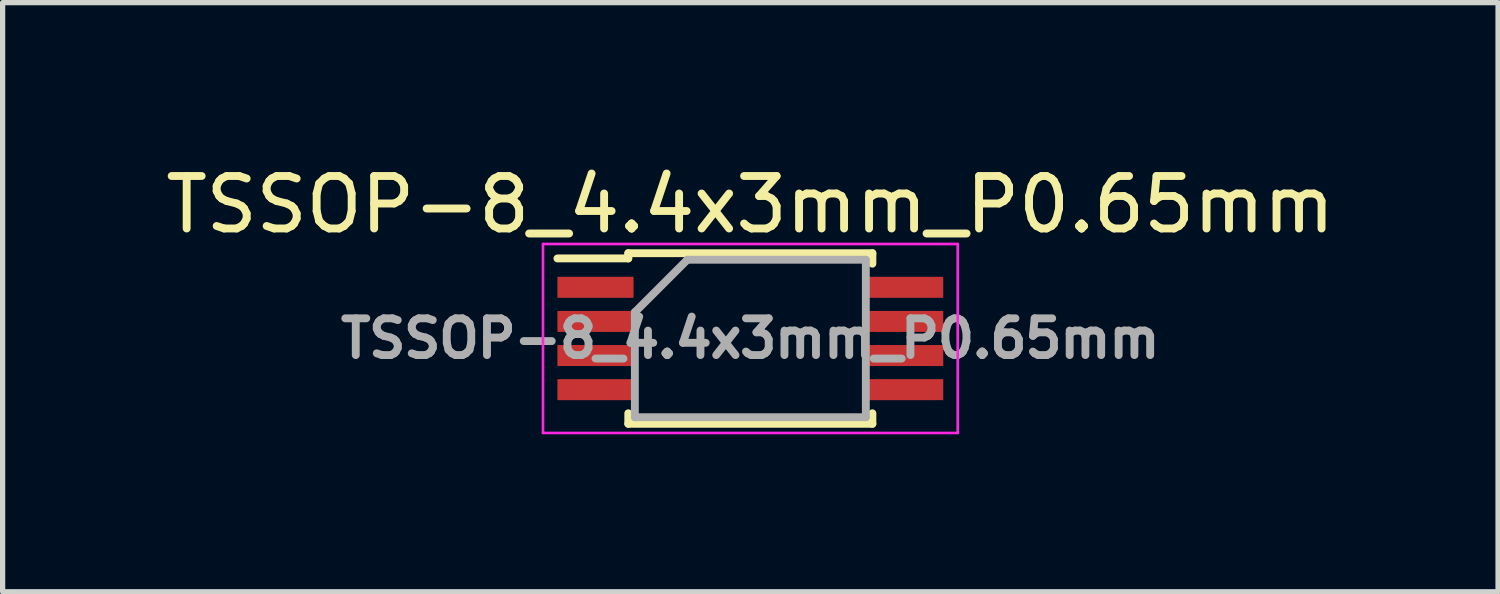
<source format=kicad_pcb>
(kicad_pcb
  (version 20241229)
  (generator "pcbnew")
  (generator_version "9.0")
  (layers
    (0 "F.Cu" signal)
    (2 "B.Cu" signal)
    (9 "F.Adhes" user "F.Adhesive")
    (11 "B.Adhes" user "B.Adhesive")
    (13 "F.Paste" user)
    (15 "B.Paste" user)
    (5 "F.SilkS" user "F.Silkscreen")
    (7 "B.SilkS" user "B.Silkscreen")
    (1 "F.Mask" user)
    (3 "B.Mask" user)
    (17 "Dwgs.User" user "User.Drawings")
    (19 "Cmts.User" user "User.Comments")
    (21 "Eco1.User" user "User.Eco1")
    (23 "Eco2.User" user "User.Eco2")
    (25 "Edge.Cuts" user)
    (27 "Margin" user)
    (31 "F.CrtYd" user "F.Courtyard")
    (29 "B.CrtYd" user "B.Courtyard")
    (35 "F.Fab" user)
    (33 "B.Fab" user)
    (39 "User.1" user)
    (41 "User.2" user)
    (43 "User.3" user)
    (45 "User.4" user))
  (footprint "TSSOP-8_4.4x3mm_P0.65mm"
    (layer "F.Cu")
    (at 11.244 3.398)
    (property "Reference" "TSSOP-8_4.4x3mm_P0.65mm" (at 0 -2.55 0) (layer "F.SilkS") (effects (font (size 1 1) (thickness 0.15))))
    (attr smd)
    (fp_line (start -2.325 -1.625) (end -2.325 -1.525) (stroke (width 0.15) (type solid)) (layer "F.SilkS"))
    (fp_line (start -2.325 -1.625) (end 2.325 -1.625) (stroke (width 0.15) (type solid)) (layer "F.SilkS"))
    (fp_line (start -2.325 -1.525) (end -3.675 -1.525) (stroke (width 0.15) (type solid)) (layer "F.SilkS"))
    (fp_line (start -2.325 1.625) (end -2.325 1.425) (stroke (width 0.15) (type solid)) (layer "F.SilkS"))
    (fp_line (start -2.325 1.625) (end 2.325 1.625) (stroke (width 0.15) (type solid)) (layer "F.SilkS"))
    (fp_line (start 2.325 -1.625) (end 2.325 -1.425) (stroke (width 0.15) (type solid)) (layer "F.SilkS"))
    (fp_line (start 2.325 1.625) (end 2.325 1.425) (stroke (width 0.15) (type solid)) (layer "F.SilkS"))
    (fp_line (start -3.95 -1.8) (end -3.95 1.8) (stroke (width 0.05) (type solid)) (layer "F.CrtYd"))
    (fp_line (start -3.95 -1.8) (end 3.95 -1.8) (stroke (width 0.05) (type solid)) (layer "F.CrtYd"))
    (fp_line (start -3.95 1.8) (end 3.95 1.8) (stroke (width 0.05) (type solid)) (layer "F.CrtYd"))
    (fp_line (start 3.95 -1.8) (end 3.95 1.8) (stroke (width 0.05) (type solid)) (layer "F.CrtYd"))
    (fp_line (start -2.2 -0.5) (end -1.2 -1.5) (stroke (width 0.15) (type solid)) (layer "F.Fab"))
    (fp_line (start -2.2 1.5) (end -2.2 -0.5) (stroke (width 0.15) (type solid)) (layer "F.Fab"))
    (fp_line (start -1.2 -1.5) (end 2.2 -1.5) (stroke (width 0.15) (type solid)) (layer "F.Fab"))
    (fp_line (start 2.2 -1.5) (end 2.2 1.5) (stroke (width 0.15) (type solid)) (layer "F.Fab"))
    (fp_line (start 2.2 1.5) (end -2.2 1.5) (stroke (width 0.15) (type solid)) (layer "F.Fab"))
    (fp_text user "${REFERENCE}" (at 0 0 0) (layer "F.Fab") (effects (font (size 0.7 0.7) (thickness 0.15))))
    (pad "1" smd rect (at -2.95 -0.975) (size 1.45 0.4) (layers "F.Cu" "F.Mask" "F.Paste"))
    (pad "2" smd rect (at -2.95 -0.325) (size 1.45 0.4) (layers "F.Cu" "F.Mask" "F.Paste"))
    (pad "3" smd rect (at -2.95 0.325) (size 1.45 0.4) (layers "F.Cu" "F.Mask" "F.Paste"))
    (pad "4" smd rect (at -2.95 0.975) (size 1.45 0.4) (layers "F.Cu" "F.Mask" "F.Paste"))
    (pad "5" smd rect (at 2.95 0.975) (size 1.45 0.4) (layers "F.Cu" "F.Mask" "F.Paste"))
    (pad "6" smd rect (at 2.95 0.325) (size 1.45 0.4) (layers "F.Cu" "F.Mask" "F.Paste"))
    (pad "7" smd rect (at 2.95 -0.325) (size 1.45 0.4) (layers "F.Cu" "F.Mask" "F.Paste"))
    (pad "8" smd rect (at 2.95 -0.975) (size 1.45 0.4) (layers "F.Cu" "F.Mask" "F.Paste")))
  (gr_rect
    (start -3 -3)
    (end 25.488 8.223)
    (stroke (width 0.1) (type default))
    (fill no)
    (layer "Edge.Cuts")))
</source>
